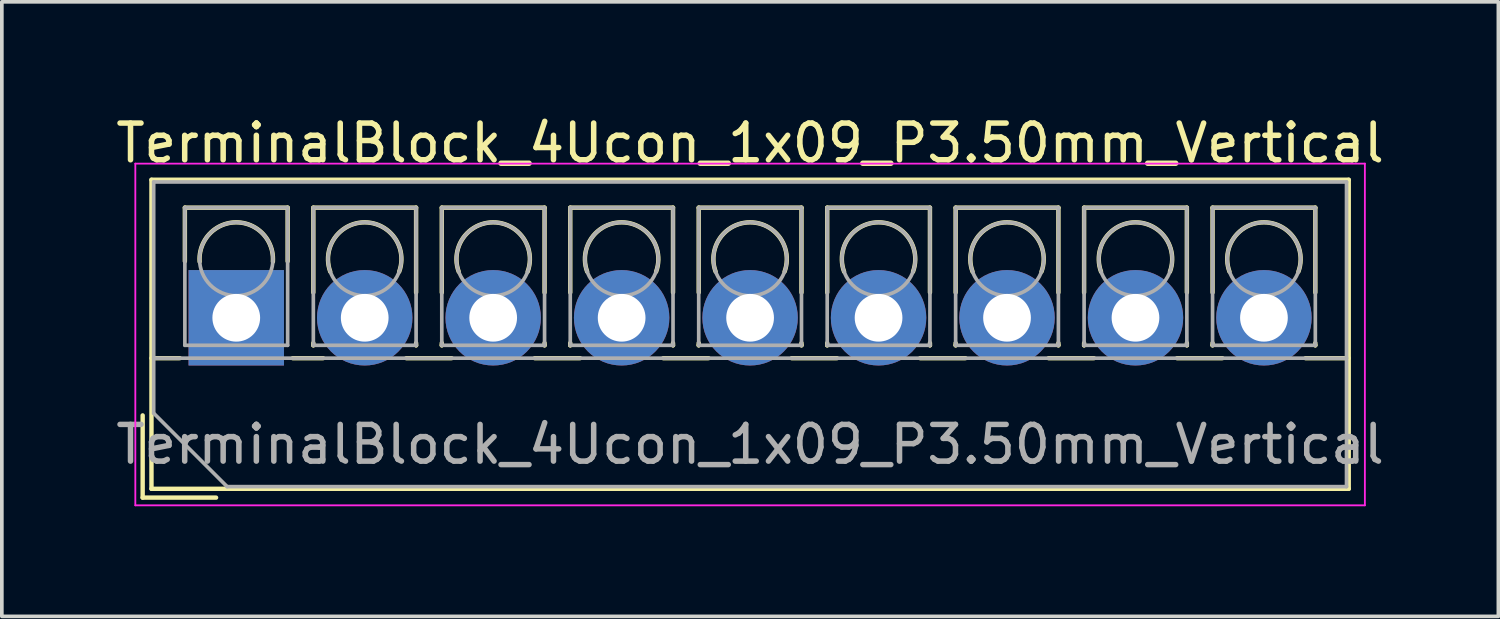
<source format=kicad_pcb>
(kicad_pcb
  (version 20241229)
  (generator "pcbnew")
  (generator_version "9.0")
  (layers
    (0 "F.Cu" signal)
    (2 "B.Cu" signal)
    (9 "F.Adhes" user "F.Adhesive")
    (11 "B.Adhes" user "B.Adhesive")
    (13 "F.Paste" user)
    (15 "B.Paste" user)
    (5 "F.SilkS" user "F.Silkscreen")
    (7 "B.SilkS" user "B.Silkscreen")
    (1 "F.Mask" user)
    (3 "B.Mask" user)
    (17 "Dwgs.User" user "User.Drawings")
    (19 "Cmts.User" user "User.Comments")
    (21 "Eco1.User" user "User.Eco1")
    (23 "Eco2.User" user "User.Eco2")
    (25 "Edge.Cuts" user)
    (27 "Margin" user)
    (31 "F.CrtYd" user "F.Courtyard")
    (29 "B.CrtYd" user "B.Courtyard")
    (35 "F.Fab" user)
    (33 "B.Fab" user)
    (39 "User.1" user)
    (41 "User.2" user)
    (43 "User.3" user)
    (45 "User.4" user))
  (footprint "TerminalBlock_4Ucon_1x09_P3.50mm_Vertical"
    (layer "F.Cu")
    (at 3.387 5.608)
    (property "Reference" "TerminalBlock_4Ucon_1x09_P3.50mm_Vertical" (at 14 -4.76 0) (layer "F.SilkS") (effects (font (size 1 1) (thickness 0.15))))
    (attr through_hole)
    (fp_line (start -2.55 2.66) (end -2.55 4.9) (stroke (width 0.12) (type solid)) (layer "F.SilkS"))
    (fp_line (start -2.55 4.9) (end -0.55 4.9) (stroke (width 0.12) (type solid)) (layer "F.SilkS"))
    (fp_line (start -2.31 -3.76) (end -2.31 4.66) (stroke (width 0.12) (type solid)) (layer "F.SilkS"))
    (fp_line (start -2.31 -3.76) (end 30.31 -3.76) (stroke (width 0.12) (type solid)) (layer "F.SilkS"))
    (fp_line (start -2.31 1.101) (end -1.54 1.101) (stroke (width 0.12) (type solid)) (layer "F.SilkS"))
    (fp_line (start -2.31 4.66) (end 30.31 4.66) (stroke (width 0.12) (type solid)) (layer "F.SilkS"))
    (fp_line (start -1.4 -3) (end -1.4 -1.54) (stroke (width 0.12) (type solid)) (layer "F.SilkS"))
    (fp_line (start -1.4 -3) (end 1.4 -3) (stroke (width 0.12) (type solid)) (layer "F.SilkS"))
    (fp_line (start 1.4 -3) (end 1.4 -1.54) (stroke (width 0.12) (type solid)) (layer "F.SilkS"))
    (fp_line (start 1.54 1.101) (end 2.367 1.101) (stroke (width 0.12) (type solid)) (layer "F.SilkS"))
    (fp_line (start 2.1 -3) (end 2.1 -0.689) (stroke (width 0.12) (type solid)) (layer "F.SilkS"))
    (fp_line (start 2.1 -3) (end 4.9 -3) (stroke (width 0.12) (type solid)) (layer "F.SilkS"))
    (fp_line (start 2.1 0.689) (end 2.1 0.75) (stroke (width 0.12) (type solid)) (layer "F.SilkS"))
    (fp_line (start 2.1 0.75) (end 2.101 0.75) (stroke (width 0.12) (type solid)) (layer "F.SilkS"))
    (fp_line (start 4.634 1.101) (end 5.867 1.101) (stroke (width 0.12) (type solid)) (layer "F.SilkS"))
    (fp_line (start 4.9 -3) (end 4.9 -0.689) (stroke (width 0.12) (type solid)) (layer "F.SilkS"))
    (fp_line (start 4.9 0.689) (end 4.9 0.75) (stroke (width 0.12) (type solid)) (layer "F.SilkS"))
    (fp_line (start 4.9 0.75) (end 4.9 0.75) (stroke (width 0.12) (type solid)) (layer "F.SilkS"))
    (fp_line (start 5.6 -3) (end 5.6 -0.689) (stroke (width 0.12) (type solid)) (layer "F.SilkS"))
    (fp_line (start 5.6 -3) (end 8.4 -3) (stroke (width 0.12) (type solid)) (layer "F.SilkS"))
    (fp_line (start 5.6 0.689) (end 5.6 0.75) (stroke (width 0.12) (type solid)) (layer "F.SilkS"))
    (fp_line (start 5.6 0.75) (end 5.601 0.75) (stroke (width 0.12) (type solid)) (layer "F.SilkS"))
    (fp_line (start 8.134 1.101) (end 9.367 1.101) (stroke (width 0.12) (type solid)) (layer "F.SilkS"))
    (fp_line (start 8.4 -3) (end 8.4 -0.689) (stroke (width 0.12) (type solid)) (layer "F.SilkS"))
    (fp_line (start 8.4 0.689) (end 8.4 0.75) (stroke (width 0.12) (type solid)) (layer "F.SilkS"))
    (fp_line (start 8.4 0.75) (end 8.4 0.75) (stroke (width 0.12) (type solid)) (layer "F.SilkS"))
    (fp_line (start 9.1 -3) (end 9.1 -0.689) (stroke (width 0.12) (type solid)) (layer "F.SilkS"))
    (fp_line (start 9.1 -3) (end 11.9 -3) (stroke (width 0.12) (type solid)) (layer "F.SilkS"))
    (fp_line (start 9.1 0.689) (end 9.1 0.75) (stroke (width 0.12) (type solid)) (layer "F.SilkS"))
    (fp_line (start 9.1 0.75) (end 9.101 0.75) (stroke (width 0.12) (type solid)) (layer "F.SilkS"))
    (fp_line (start 11.634 1.101) (end 12.867 1.101) (stroke (width 0.12) (type solid)) (layer "F.SilkS"))
    (fp_line (start 11.9 -3) (end 11.9 -0.689) (stroke (width 0.12) (type solid)) (layer "F.SilkS"))
    (fp_line (start 11.9 0.689) (end 11.9 0.75) (stroke (width 0.12) (type solid)) (layer "F.SilkS"))
    (fp_line (start 11.9 0.75) (end 11.9 0.75) (stroke (width 0.12) (type solid)) (layer "F.SilkS"))
    (fp_line (start 12.6 -3) (end 12.6 -0.689) (stroke (width 0.12) (type solid)) (layer "F.SilkS"))
    (fp_line (start 12.6 -3) (end 15.4 -3) (stroke (width 0.12) (type solid)) (layer "F.SilkS"))
    (fp_line (start 12.6 0.689) (end 12.6 0.75) (stroke (width 0.12) (type solid)) (layer "F.SilkS"))
    (fp_line (start 12.6 0.75) (end 12.601 0.75) (stroke (width 0.12) (type solid)) (layer "F.SilkS"))
    (fp_line (start 15.134 1.101) (end 16.367 1.101) (stroke (width 0.12) (type solid)) (layer "F.SilkS"))
    (fp_line (start 15.4 -3) (end 15.4 -0.689) (stroke (width 0.12) (type solid)) (layer "F.SilkS"))
    (fp_line (start 15.4 0.689) (end 15.4 0.75) (stroke (width 0.12) (type solid)) (layer "F.SilkS"))
    (fp_line (start 15.4 0.75) (end 15.4 0.75) (stroke (width 0.12) (type solid)) (layer "F.SilkS"))
    (fp_line (start 16.101 -3) (end 16.101 -0.689) (stroke (width 0.12) (type solid)) (layer "F.SilkS"))
    (fp_line (start 16.101 -3) (end 18.9 -3) (stroke (width 0.12) (type solid)) (layer "F.SilkS"))
    (fp_line (start 16.101 0.689) (end 16.101 0.75) (stroke (width 0.12) (type solid)) (layer "F.SilkS"))
    (fp_line (start 16.101 0.75) (end 16.101 0.75) (stroke (width 0.12) (type solid)) (layer "F.SilkS"))
    (fp_line (start 18.634 1.101) (end 19.867 1.101) (stroke (width 0.12) (type solid)) (layer "F.SilkS"))
    (fp_line (start 18.9 -3) (end 18.9 -0.689) (stroke (width 0.12) (type solid)) (layer "F.SilkS"))
    (fp_line (start 18.9 0.689) (end 18.9 0.75) (stroke (width 0.12) (type solid)) (layer "F.SilkS"))
    (fp_line (start 18.9 0.75) (end 18.9 0.75) (stroke (width 0.12) (type solid)) (layer "F.SilkS"))
    (fp_line (start 19.6 -3) (end 19.6 -0.689) (stroke (width 0.12) (type solid)) (layer "F.SilkS"))
    (fp_line (start 19.6 -3) (end 22.4 -3) (stroke (width 0.12) (type solid)) (layer "F.SilkS"))
    (fp_line (start 19.6 0.689) (end 19.6 0.75) (stroke (width 0.12) (type solid)) (layer "F.SilkS"))
    (fp_line (start 19.6 0.75) (end 19.601 0.75) (stroke (width 0.12) (type solid)) (layer "F.SilkS"))
    (fp_line (start 22.134 1.101) (end 23.367 1.101) (stroke (width 0.12) (type solid)) (layer "F.SilkS"))
    (fp_line (start 22.4 -3) (end 22.4 -0.689) (stroke (width 0.12) (type solid)) (layer "F.SilkS"))
    (fp_line (start 22.4 0.689) (end 22.4 0.75) (stroke (width 0.12) (type solid)) (layer "F.SilkS"))
    (fp_line (start 22.4 0.75) (end 22.4 0.75) (stroke (width 0.12) (type solid)) (layer "F.SilkS"))
    (fp_line (start 23.1 -3) (end 23.1 -0.689) (stroke (width 0.12) (type solid)) (layer "F.SilkS"))
    (fp_line (start 23.1 -3) (end 25.9 -3) (stroke (width 0.12) (type solid)) (layer "F.SilkS"))
    (fp_line (start 23.1 0.689) (end 23.1 0.75) (stroke (width 0.12) (type solid)) (layer "F.SilkS"))
    (fp_line (start 23.1 0.75) (end 23.101 0.75) (stroke (width 0.12) (type solid)) (layer "F.SilkS"))
    (fp_line (start 25.634 1.101) (end 26.867 1.101) (stroke (width 0.12) (type solid)) (layer "F.SilkS"))
    (fp_line (start 25.9 -3) (end 25.9 -0.689) (stroke (width 0.12) (type solid)) (layer "F.SilkS"))
    (fp_line (start 25.9 0.689) (end 25.9 0.75) (stroke (width 0.12) (type solid)) (layer "F.SilkS"))
    (fp_line (start 25.9 0.75) (end 25.9 0.75) (stroke (width 0.12) (type solid)) (layer "F.SilkS"))
    (fp_line (start 26.6 -3) (end 26.6 -0.689) (stroke (width 0.12) (type solid)) (layer "F.SilkS"))
    (fp_line (start 26.6 -3) (end 29.4 -3) (stroke (width 0.12) (type solid)) (layer "F.SilkS"))
    (fp_line (start 26.6 0.689) (end 26.6 0.75) (stroke (width 0.12) (type solid)) (layer "F.SilkS"))
    (fp_line (start 26.6 0.75) (end 26.601 0.75) (stroke (width 0.12) (type solid)) (layer "F.SilkS"))
    (fp_line (start 29.134 1.101) (end 30.31 1.101) (stroke (width 0.12) (type solid)) (layer "F.SilkS"))
    (fp_line (start 29.4 -3) (end 29.4 -0.689) (stroke (width 0.12) (type solid)) (layer "F.SilkS"))
    (fp_line (start 29.4 0.689) (end 29.4 0.75) (stroke (width 0.12) (type solid)) (layer "F.SilkS"))
    (fp_line (start 29.4 0.75) (end 29.4 0.75) (stroke (width 0.12) (type solid)) (layer "F.SilkS"))
    (fp_line (start 30.31 -3.76) (end 30.31 4.66) (stroke (width 0.12) (type solid)) (layer "F.SilkS"))
    (fp_arc (start -0.99789 -1.529434) (mid -0.000785 -2.600382) (end 0.998 -1.531) (stroke (width 0.12) (type solid)) (layer "F.SilkS"))
    (fp_arc (start 2.560085 -1.257767) (mid 3.499876 -2.600282) (end 4.44 -1.258) (stroke (width 0.12) (type solid)) (layer "F.SilkS"))
    (fp_arc (start 6.060085 -1.257767) (mid 6.999876 -2.600282) (end 7.94 -1.258) (stroke (width 0.12) (type solid)) (layer "F.SilkS"))
    (fp_arc (start 9.560085 -1.257767) (mid 10.499876 -2.600282) (end 11.44 -1.258) (stroke (width 0.12) (type solid)) (layer "F.SilkS"))
    (fp_arc (start 13.060085 -1.257767) (mid 13.999876 -2.600282) (end 14.94 -1.258) (stroke (width 0.12) (type solid)) (layer "F.SilkS"))
    (fp_arc (start 16.560085 -1.257767) (mid 17.499876 -2.600282) (end 18.44 -1.258) (stroke (width 0.12) (type solid)) (layer "F.SilkS"))
    (fp_arc (start 20.060085 -1.257767) (mid 20.999876 -2.600282) (end 21.94 -1.258) (stroke (width 0.12) (type solid)) (layer "F.SilkS"))
    (fp_arc (start 23.560085 -1.257767) (mid 24.499876 -2.600282) (end 25.44 -1.258) (stroke (width 0.12) (type solid)) (layer "F.SilkS"))
    (fp_arc (start 27.060085 -1.257767) (mid 27.999876 -2.600282) (end 28.94 -1.258) (stroke (width 0.12) (type solid)) (layer "F.SilkS"))
    (fp_line (start -2.75 -4.2) (end -2.75 5.11) (stroke (width 0.05) (type solid)) (layer "F.CrtYd"))
    (fp_line (start -2.75 5.11) (end 30.75 5.11) (stroke (width 0.05) (type solid)) (layer "F.CrtYd"))
    (fp_line (start 30.75 -4.2) (end -2.75 -4.2) (stroke (width 0.05) (type solid)) (layer "F.CrtYd"))
    (fp_line (start 30.75 5.11) (end 30.75 -4.2) (stroke (width 0.05) (type solid)) (layer "F.CrtYd"))
    (fp_line (start -2.25 -3.7) (end 30.25 -3.7) (stroke (width 0.1) (type solid)) (layer "F.Fab"))
    (fp_line (start -2.25 1.1) (end 30.25 1.1) (stroke (width 0.1) (type solid)) (layer "F.Fab"))
    (fp_line (start -2.25 2.6) (end -2.25 -3.7) (stroke (width 0.1) (type solid)) (layer "F.Fab"))
    (fp_line (start -1.4 -3) (end -1.4 0.75) (stroke (width 0.1) (type solid)) (layer "F.Fab"))
    (fp_line (start -1.4 0.75) (end 1.4 0.75) (stroke (width 0.1) (type solid)) (layer "F.Fab"))
    (fp_line (start -0.25 4.6) (end -2.25 2.6) (stroke (width 0.1) (type solid)) (layer "F.Fab"))
    (fp_line (start 1.4 -3) (end -1.4 -3) (stroke (width 0.1) (type solid)) (layer "F.Fab"))
    (fp_line (start 1.4 0.75) (end 1.4 -3) (stroke (width 0.1) (type solid)) (layer "F.Fab"))
    (fp_line (start 2.1 -3) (end 2.1 0.75) (stroke (width 0.1) (type solid)) (layer "F.Fab"))
    (fp_line (start 2.1 0.75) (end 4.9 0.75) (stroke (width 0.1) (type solid)) (layer "F.Fab"))
    (fp_line (start 4.9 -3) (end 2.1 -3) (stroke (width 0.1) (type solid)) (layer "F.Fab"))
    (fp_line (start 4.9 0.75) (end 4.9 -3) (stroke (width 0.1) (type solid)) (layer "F.Fab"))
    (fp_line (start 5.6 -3) (end 5.6 0.75) (stroke (width 0.1) (type solid)) (layer "F.Fab"))
    (fp_line (start 5.6 0.75) (end 8.4 0.75) (stroke (width 0.1) (type solid)) (layer "F.Fab"))
    (fp_line (start 8.4 -3) (end 5.6 -3) (stroke (width 0.1) (type solid)) (layer "F.Fab"))
    (fp_line (start 8.4 0.75) (end 8.4 -3) (stroke (width 0.1) (type solid)) (layer "F.Fab"))
    (fp_line (start 9.1 -3) (end 9.1 0.75) (stroke (width 0.1) (type solid)) (layer "F.Fab"))
    (fp_line (start 9.1 0.75) (end 11.9 0.75) (stroke (width 0.1) (type solid)) (layer "F.Fab"))
    (fp_line (start 11.9 -3) (end 9.1 -3) (stroke (width 0.1) (type solid)) (layer "F.Fab"))
    (fp_line (start 11.9 0.75) (end 11.9 -3) (stroke (width 0.1) (type solid)) (layer "F.Fab"))
    (fp_line (start 12.6 -3) (end 12.6 0.75) (stroke (width 0.1) (type solid)) (layer "F.Fab"))
    (fp_line (start 12.6 0.75) (end 15.4 0.75) (stroke (width 0.1) (type solid)) (layer "F.Fab"))
    (fp_line (start 15.4 -3) (end 12.6 -3) (stroke (width 0.1) (type solid)) (layer "F.Fab"))
    (fp_line (start 15.4 0.75) (end 15.4 -3) (stroke (width 0.1) (type solid)) (layer "F.Fab"))
    (fp_line (start 16.101 -3) (end 16.101 0.75) (stroke (width 0.1) (type solid)) (layer "F.Fab"))
    (fp_line (start 16.101 0.75) (end 18.9 0.75) (stroke (width 0.1) (type solid)) (layer "F.Fab"))
    (fp_line (start 18.9 -3) (end 16.101 -3) (stroke (width 0.1) (type solid)) (layer "F.Fab"))
    (fp_line (start 18.9 0.75) (end 18.9 -3) (stroke (width 0.1) (type solid)) (layer "F.Fab"))
    (fp_line (start 19.6 -3) (end 19.6 0.75) (stroke (width 0.1) (type solid)) (layer "F.Fab"))
    (fp_line (start 19.6 0.75) (end 22.4 0.75) (stroke (width 0.1) (type solid)) (layer "F.Fab"))
    (fp_line (start 22.4 -3) (end 19.6 -3) (stroke (width 0.1) (type solid)) (layer "F.Fab"))
    (fp_line (start 22.4 0.75) (end 22.4 -3) (stroke (width 0.1) (type solid)) (layer "F.Fab"))
    (fp_line (start 23.1 -3) (end 23.1 0.75) (stroke (width 0.1) (type solid)) (layer "F.Fab"))
    (fp_line (start 23.1 0.75) (end 25.9 0.75) (stroke (width 0.1) (type solid)) (layer "F.Fab"))
    (fp_line (start 25.9 -3) (end 23.1 -3) (stroke (width 0.1) (type solid)) (layer "F.Fab"))
    (fp_line (start 25.9 0.75) (end 25.9 -3) (stroke (width 0.1) (type solid)) (layer "F.Fab"))
    (fp_line (start 26.6 -3) (end 26.6 0.75) (stroke (width 0.1) (type solid)) (layer "F.Fab"))
    (fp_line (start 26.6 0.75) (end 29.4 0.75) (stroke (width 0.1) (type solid)) (layer "F.Fab"))
    (fp_line (start 29.4 -3) (end 26.6 -3) (stroke (width 0.1) (type solid)) (layer "F.Fab"))
    (fp_line (start 29.4 0.75) (end 29.4 -3) (stroke (width 0.1) (type solid)) (layer "F.Fab"))
    (fp_line (start 30.25 -3.7) (end 30.25 4.6) (stroke (width 0.1) (type solid)) (layer "F.Fab"))
    (fp_line (start 30.25 4.6) (end -0.25 4.6) (stroke (width 0.1) (type solid)) (layer "F.Fab"))
    (fp_circle (center 0 -1.6) (end 1 -1.6) (stroke (width 0.1) (type solid)) (fill no) (layer "F.Fab"))
    (fp_circle (center 3.5 -1.6) (end 4.5 -1.6) (stroke (width 0.1) (type solid)) (fill no) (layer "F.Fab"))
    (fp_circle (center 7 -1.6) (end 8 -1.6) (stroke (width 0.1) (type solid)) (fill no) (layer "F.Fab"))
    (fp_circle (center 10.5 -1.6) (end 11.5 -1.6) (stroke (width 0.1) (type solid)) (fill no) (layer "F.Fab"))
    (fp_circle (center 14 -1.6) (end 15 -1.6) (stroke (width 0.1) (type solid)) (fill no) (layer "F.Fab"))
    (fp_circle (center 17.5 -1.6) (end 18.5 -1.6) (stroke (width 0.1) (type solid)) (fill no) (layer "F.Fab"))
    (fp_circle (center 21 -1.6) (end 22 -1.6) (stroke (width 0.1) (type solid)) (fill no) (layer "F.Fab"))
    (fp_circle (center 24.5 -1.6) (end 25.5 -1.6) (stroke (width 0.1) (type solid)) (fill no) (layer "F.Fab"))
    (fp_circle (center 28 -1.6) (end 29 -1.6) (stroke (width 0.1) (type solid)) (fill no) (layer "F.Fab"))
    (fp_text user "${REFERENCE}" (at 14 3.45 0) (layer "F.Fab") (effects (font (size 1 1) (thickness 0.15))))
    (pad "1" thru_hole rect (at 0 0) (size 2.6 2.6) (drill 1.3) (layers "*.Cu" "*.Mask"))
    (pad "2" thru_hole circle (at 3.5 0) (size 2.6 2.6) (drill 1.3) (layers "*.Cu" "*.Mask"))
    (pad "3" thru_hole circle (at 7 0) (size 2.6 2.6) (drill 1.3) (layers "*.Cu" "*.Mask"))
    (pad "4" thru_hole circle (at 10.5 0) (size 2.6 2.6) (drill 1.3) (layers "*.Cu" "*.Mask"))
    (pad "5" thru_hole circle (at 14 0) (size 2.6 2.6) (drill 1.3) (layers "*.Cu" "*.Mask"))
    (pad "6" thru_hole circle (at 17.5 0) (size 2.6 2.6) (drill 1.3) (layers "*.Cu" "*.Mask"))
    (pad "7" thru_hole circle (at 21 0) (size 2.6 2.6) (drill 1.3) (layers "*.Cu" "*.Mask"))
    (pad "8" thru_hole circle (at 24.5 0) (size 2.6 2.6) (drill 1.3) (layers "*.Cu" "*.Mask"))
    (pad "9" thru_hole circle (at 28 0) (size 2.6 2.6) (drill 1.3) (layers "*.Cu" "*.Mask")))
  (gr_rect
    (start -3 -3)
    (end 37.774 13.743)
    (stroke (width 0.1) (type default))
    (fill no)
    (layer "Edge.Cuts")))
</source>
